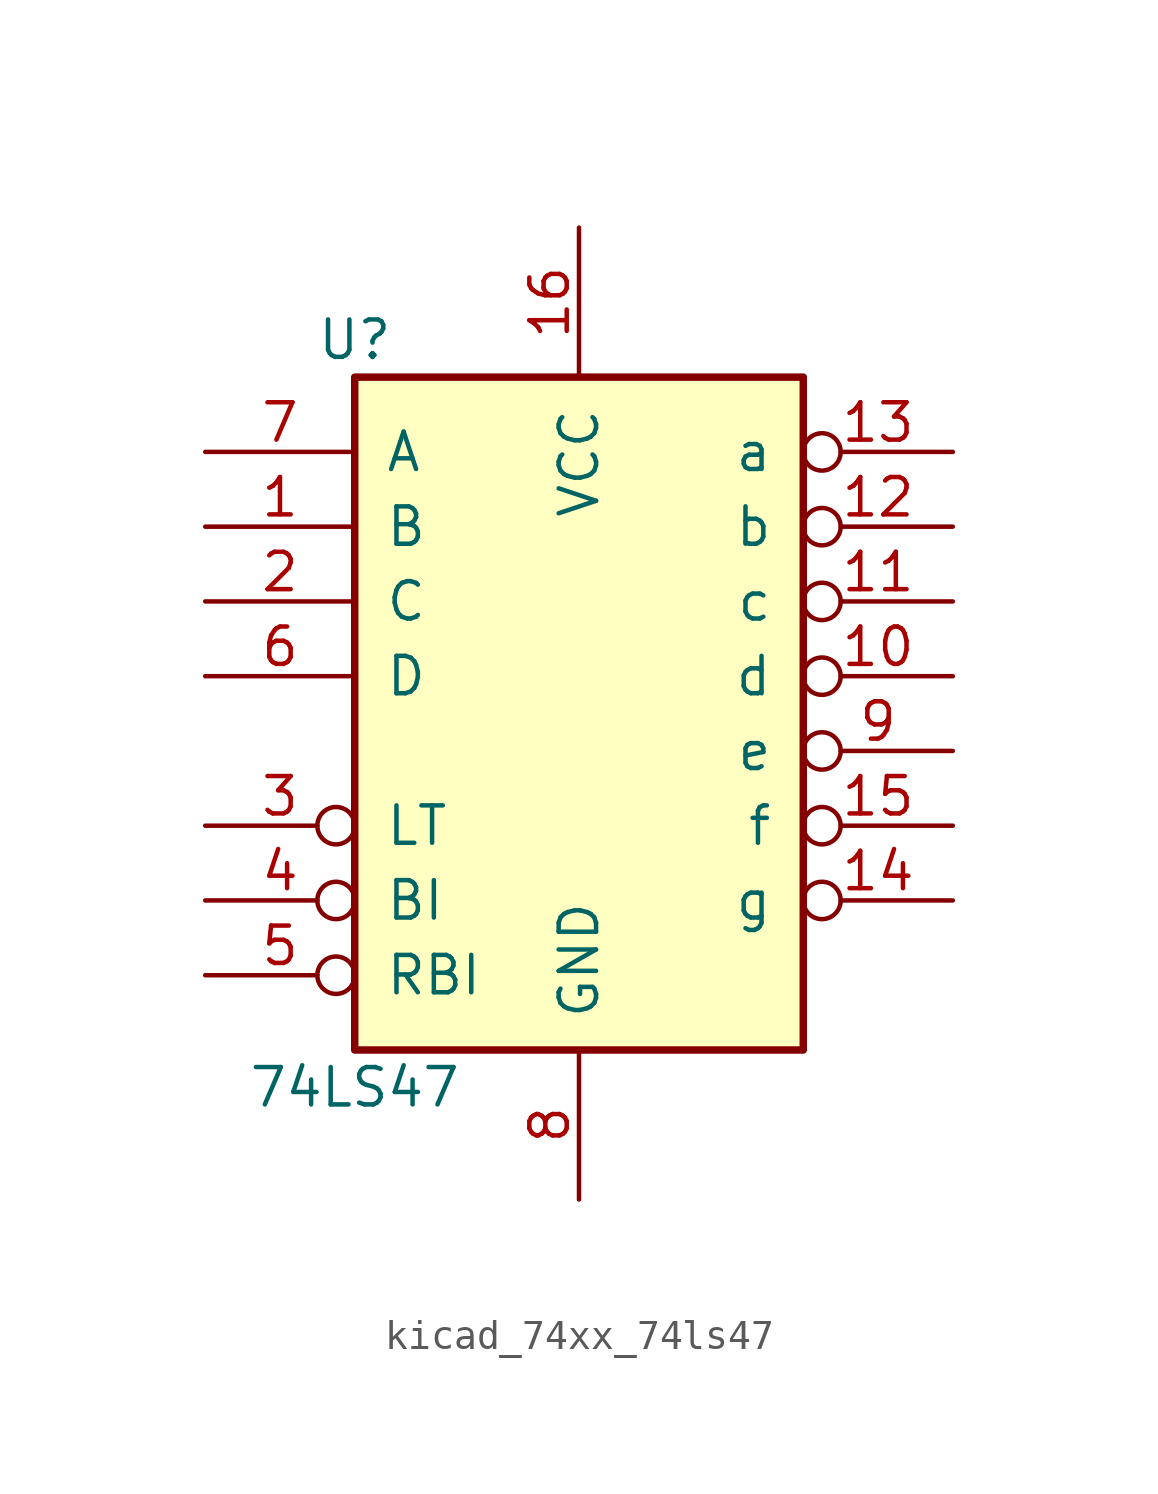
<source format=kicad_sym>
(kicad_symbol_lib
  (version 20220914)
  (generator kicad_symbol_editor)
  (symbol "kicad_74xx_74ls47"
    (pin_names
      (offset 1.016))
    (property "Reference" "U"
      (at -7.62 11.43 0)
      (effects (font (size 1.27 1.27))))
    (property "Value" "74LS47"
      (at -7.62 -13.97 0)
      (effects (font (size 1.27 1.27))))
    (property "ki_locked" ""
      (at 0 0 0)
      (effects (font (size 1.27 1.27))))
    (symbol "kicad_74xx_74ls47_1_0"
      (pin input line (at -12.7 5.08 0) (length 5.08) (name "B" (effects (font (size 1.27 1.27)))) (number "1" (effects (font (size 1.27 1.27)))))
      (pin open_collector inverted (at 12.7 0 180) (length 5.08) (name "d" (effects (font (size 1.27 1.27)))) (number "10" (effects (font (size 1.27 1.27)))))
      (pin open_collector inverted (at 12.7 2.54 180) (length 5.08) (name "c" (effects (font (size 1.27 1.27)))) (number "11" (effects (font (size 1.27 1.27)))))
      (pin open_collector inverted (at 12.7 5.08 180) (length 5.08) (name "b" (effects (font (size 1.27 1.27)))) (number "12" (effects (font (size 1.27 1.27)))))
      (pin open_collector inverted (at 12.7 7.62 180) (length 5.08) (name "a" (effects (font (size 1.27 1.27)))) (number "13" (effects (font (size 1.27 1.27)))))
      (pin open_collector inverted (at 12.7 -7.62 180) (length 5.08) (name "g" (effects (font (size 1.27 1.27)))) (number "14" (effects (font (size 1.27 1.27)))))
      (pin open_collector inverted (at 12.7 -5.08 180) (length 5.08) (name "f" (effects (font (size 1.27 1.27)))) (number "15" (effects (font (size 1.27 1.27)))))
      (pin power_in line (at 0 15.24 270) (length 5.08) (name "VCC" (effects (font (size 1.27 1.27)))) (number "16" (effects (font (size 1.27 1.27)))))
      (pin input line (at -12.7 2.54 0) (length 5.08) (name "C" (effects (font (size 1.27 1.27)))) (number "2" (effects (font (size 1.27 1.27)))))
      (pin input inverted (at -12.7 -5.08 0) (length 5.08) (name "LT" (effects (font (size 1.27 1.27)))) (number "3" (effects (font (size 1.27 1.27)))))
      (pin input inverted (at -12.7 -7.62 0) (length 5.08) (name "BI" (effects (font (size 1.27 1.27)))) (number "4" (effects (font (size 1.27 1.27)))))
      (pin input inverted (at -12.7 -10.16 0) (length 5.08) (name "RBI" (effects (font (size 1.27 1.27)))) (number "5" (effects (font (size 1.27 1.27)))))
      (pin input line (at -12.7 0 0) (length 5.08) (name "D" (effects (font (size 1.27 1.27)))) (number "6" (effects (font (size 1.27 1.27)))))
      (pin input line (at -12.7 7.62 0) (length 5.08) (name "A" (effects (font (size 1.27 1.27)))) (number "7" (effects (font (size 1.27 1.27)))))
      (pin power_in line (at 0 -17.78 90) (length 5.08) (name "GND" (effects (font (size 1.27 1.27)))) (number "8" (effects (font (size 1.27 1.27)))))
      (pin open_collector inverted (at 12.7 -2.54 180) (length 5.08) (name "e" (effects (font (size 1.27 1.27)))) (number "9" (effects (font (size 1.27 1.27))))))
    (symbol "kicad_74xx_74ls47_1_1"
      (rectangle (start -7.62 10.16) (end 7.62 -12.7) (stroke (width 0.254) (type default)) (fill (type background))))))
</source>
